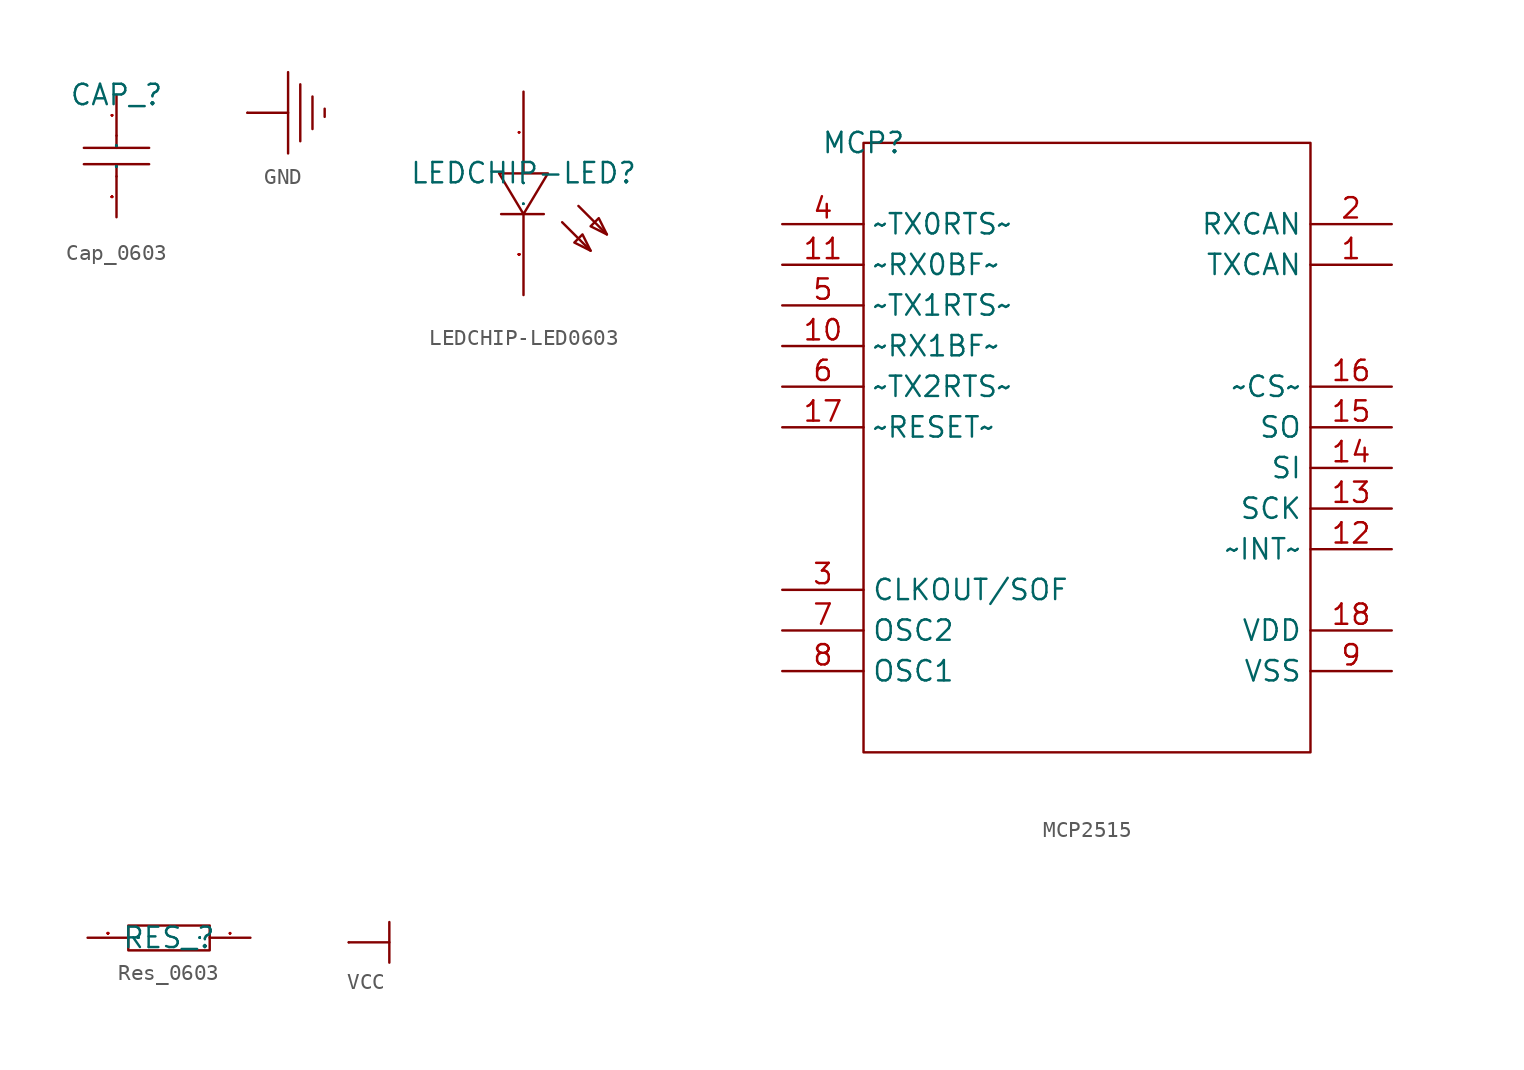
<source format=kicad_sym>
(kicad_symbol_lib
  (version 20231120)
  (generator "kicad_symbol_editor")
  (generator_version "8.0")
  (symbol "Cap_0603"
    (property "Reference" "CAP_"
      (at 0 0 0)
      (effects (font (size 1.27 1.27))))
    (symbol "Cap_0603_1_0"
      (polyline (pts (xy -2.032 -3.302) (xy 2.032 -3.302)) (stroke (width 0) (type default)) (fill (type none)))
      (polyline (pts (xy 0 -5.08) (xy 0 -4.318)) (stroke (width 0) (type default)) (fill (type none)))
      (polyline (pts (xy 0 -2.54) (xy 0 -3.302)) (stroke (width 0) (type default)) (fill (type none)))
      (polyline (pts (xy 2.032 -4.318) (xy -2.032 -4.318)) (stroke (width 0) (type default)) (fill (type none)))
      (pin unspecified line (at 0 0 270) (length 2.54) (name "1" (effects (font (size 0.025 0.025)))) (number "1" (effects (font (size 0.025 0.025)))))
      (pin unspecified line (at 0 -7.62 90) (length 2.54) (name "2" (effects (font (size 0.025 0.025)))) (number "2" (effects (font (size 0.025 0.025)))))))
  (symbol "GND"
    (power)
    (pin_numbers hide)
    (pin_names hide)
    (property "Reference" "#PWR"
      (at 0 0 0)
      (effects (font (size 1.27 1.27)) (hide yes)))
    (symbol "GND_1_0"
      (polyline (pts (xy 0 0) (xy 2.54 0)) (stroke (width 0) (type default)) (fill (type none)))
      (polyline (pts (xy 2.54 2.54) (xy 2.54 -2.54)) (stroke (width 0) (type default)) (fill (type none)))
      (polyline (pts (xy 3.302 1.778) (xy 3.302 -1.778)) (stroke (width 0) (type default)) (fill (type none)))
      (polyline (pts (xy 4.064 1.016) (xy 4.064 -1.016)) (stroke (width 0) (type default)) (fill (type none)))
      (polyline (pts (xy 4.826 0.254) (xy 4.826 -0.254)) (stroke (width 0) (type default)) (fill (type none)))
      (pin power_in line (at 0 0 270) (length 0) (name "" (effects (font (size 1.27 1.27)))) (number "1" (effects (font (size 0 0)))))))
  (symbol "LEDCHIP-LED0603"
    (property "Reference" "LEDCHIP-LED"
      (at 0 0 0)
      (effects (font (size 1.27 1.27))))
    (property "Value" ""
      (at 0 0 0)
      (effects (font (size 1.27 1.27))))
    (symbol "LEDCHIP-LED0603_1_0"
      (polyline (pts (xy 1.27 -2.565) (xy -1.397 -2.565)) (stroke (width 0) (type default)) (fill (type none)))
      (polyline (pts (xy 2.413 -3.073) (xy 4.191 -4.851)) (stroke (width 0) (type default)) (fill (type none)))
      (polyline (pts (xy 3.429 -2.057) (xy 5.207 -3.835)) (stroke (width 0) (type default)) (fill (type none)))
      (polyline (pts (xy -1.524 -0.025) (xy 0 -2.565) (xy 0 -2.565) (xy 1.524 -0.025) (xy 1.524 -0.025) (xy -1.524 -0.025)) (stroke (width 0) (type default)) (fill (type none)))
      (polyline (pts (xy 4.191 -4.851) (xy 3.683 -3.835) (xy 3.683 -3.835) (xy 3.175 -4.343) (xy 3.175 -4.343) (xy 4.191 -4.851)) (stroke (width 0) (type default)) (fill (type none)))
      (polyline (pts (xy 5.207 -3.835) (xy 4.699 -2.819) (xy 4.699 -2.819) (xy 4.191 -3.327) (xy 4.191 -3.327) (xy 5.207 -3.835)) (stroke (width 0) (type default)) (fill (type none)))
      (pin unspecified line (at 0 5.08 270) (length 5.08) (name "A" (effects (font (size 0.025 0.025)))) (number "A" (effects (font (size 0.025 0.025)))))
      (pin unspecified line (at 0 -7.62 90) (length 5.08) (name "K" (effects (font (size 0.025 0.025)))) (number "C" (effects (font (size 0.025 0.025)))))))
  (symbol "MCP2515"
    (property "Reference" "MCP"
      (at 0 0 0)
      (effects (font (size 1.27 1.27))))
    (property "Value" ""
      (at 0 0 0)
      (effects (font (size 1.27 1.27))))
    (symbol "MCP2515_1_0"
      (rectangle (start 0 0) (end 27.94 -38.1) (stroke (width 0) (type default)) (fill (type none)))
      (pin unspecified line (at 33.02 -7.62 180) (length 5.08) (name "TXCAN" (effects (font (size 1.27 1.27)))) (number "1" (effects (font (size 1.27 1.27)))))
      (pin unspecified line (at -5.08 -12.7 0) (length 5.08) (name "~RX1BF~" (effects (font (size 1.27 1.27)))) (number "10" (effects (font (size 1.27 1.27)))))
      (pin unspecified line (at -5.08 -7.62 0) (length 5.08) (name "~RX0BF~" (effects (font (size 1.27 1.27)))) (number "11" (effects (font (size 1.27 1.27)))))
      (pin unspecified line (at 33.02 -25.4 180) (length 5.08) (name "~INT~" (effects (font (size 1.27 1.27)))) (number "12" (effects (font (size 1.27 1.27)))))
      (pin unspecified line (at 33.02 -22.86 180) (length 5.08) (name "SCK" (effects (font (size 1.27 1.27)))) (number "13" (effects (font (size 1.27 1.27)))))
      (pin unspecified line (at 33.02 -20.32 180) (length 5.08) (name "SI" (effects (font (size 1.27 1.27)))) (number "14" (effects (font (size 1.27 1.27)))))
      (pin unspecified line (at 33.02 -17.78 180) (length 5.08) (name "SO" (effects (font (size 1.27 1.27)))) (number "15" (effects (font (size 1.27 1.27)))))
      (pin unspecified line (at 33.02 -15.24 180) (length 5.08) (name "~CS~" (effects (font (size 1.27 1.27)))) (number "16" (effects (font (size 1.27 1.27)))))
      (pin unspecified line (at -5.08 -17.78 0) (length 5.08) (name "~RESET~" (effects (font (size 1.27 1.27)))) (number "17" (effects (font (size 1.27 1.27)))))
      (pin unspecified line (at 33.02 -30.48 180) (length 5.08) (name "VDD" (effects (font (size 1.27 1.27)))) (number "18" (effects (font (size 1.27 1.27)))))
      (pin unspecified line (at 33.02 -5.08 180) (length 5.08) (name "RXCAN" (effects (font (size 1.27 1.27)))) (number "2" (effects (font (size 1.27 1.27)))))
      (pin unspecified line (at -5.08 -27.94 0) (length 5.08) (name "CLKOUT/SOF" (effects (font (size 1.27 1.27)))) (number "3" (effects (font (size 1.27 1.27)))))
      (pin unspecified line (at -5.08 -5.08 0) (length 5.08) (name "~TX0RTS~" (effects (font (size 1.27 1.27)))) (number "4" (effects (font (size 1.27 1.27)))))
      (pin unspecified line (at -5.08 -10.16 0) (length 5.08) (name "~TX1RTS~" (effects (font (size 1.27 1.27)))) (number "5" (effects (font (size 1.27 1.27)))))
      (pin unspecified line (at -5.08 -15.24 0) (length 5.08) (name "~TX2RTS~" (effects (font (size 1.27 1.27)))) (number "6" (effects (font (size 1.27 1.27)))))
      (pin unspecified line (at -5.08 -30.48 0) (length 5.08) (name "OSC2" (effects (font (size 1.27 1.27)))) (number "7" (effects (font (size 1.27 1.27)))))
      (pin unspecified line (at -5.08 -33.02 0) (length 5.08) (name "OSC1" (effects (font (size 1.27 1.27)))) (number "8" (effects (font (size 1.27 1.27)))))
      (pin unspecified line (at 33.02 -33.02 180) (length 5.08) (name "VSS" (effects (font (size 1.27 1.27)))) (number "9" (effects (font (size 1.27 1.27)))))))
  (symbol "Res_0603"
    (property "Reference" "RES_"
      (at 0 0 0)
      (effects (font (size 1.27 1.27))))
    (symbol "Res_0603_1_0"
      (rectangle (start 2.54 0.762) (end -2.54 -0.787) (stroke (width 0) (type default)) (fill (type none)))
      (pin unspecified line (at 5.08 0 180) (length 2.54) (name "1" (effects (font (size 0.025 0.025)))) (number "1" (effects (font (size 0.025 0.025)))))
      (pin unspecified line (at -5.08 0 0) (length 2.54) (name "2" (effects (font (size 0.025 0.025)))) (number "2" (effects (font (size 0.025 0.025)))))))
  (symbol "VCC"
    (power)
    (pin_numbers hide)
    (pin_names hide)
    (property "Reference" "#PWR"
      (at 0 0 0)
      (effects (font (size 1.27 1.27)) (hide yes)))
    (symbol "VCC_1_0"
      (polyline (pts (xy 0 0) (xy 2.54 0)) (stroke (width 0) (type default)) (fill (type none)))
      (polyline (pts (xy 2.54 1.27) (xy 2.54 -1.27)) (stroke (width 0) (type default)) (fill (type none)))
      (pin power_in line (at 0 0 270) (length 0) (name "" (effects (font (size 1.27 1.27)))) (number "1" (effects (font (size 0 0))))))))
</source>
